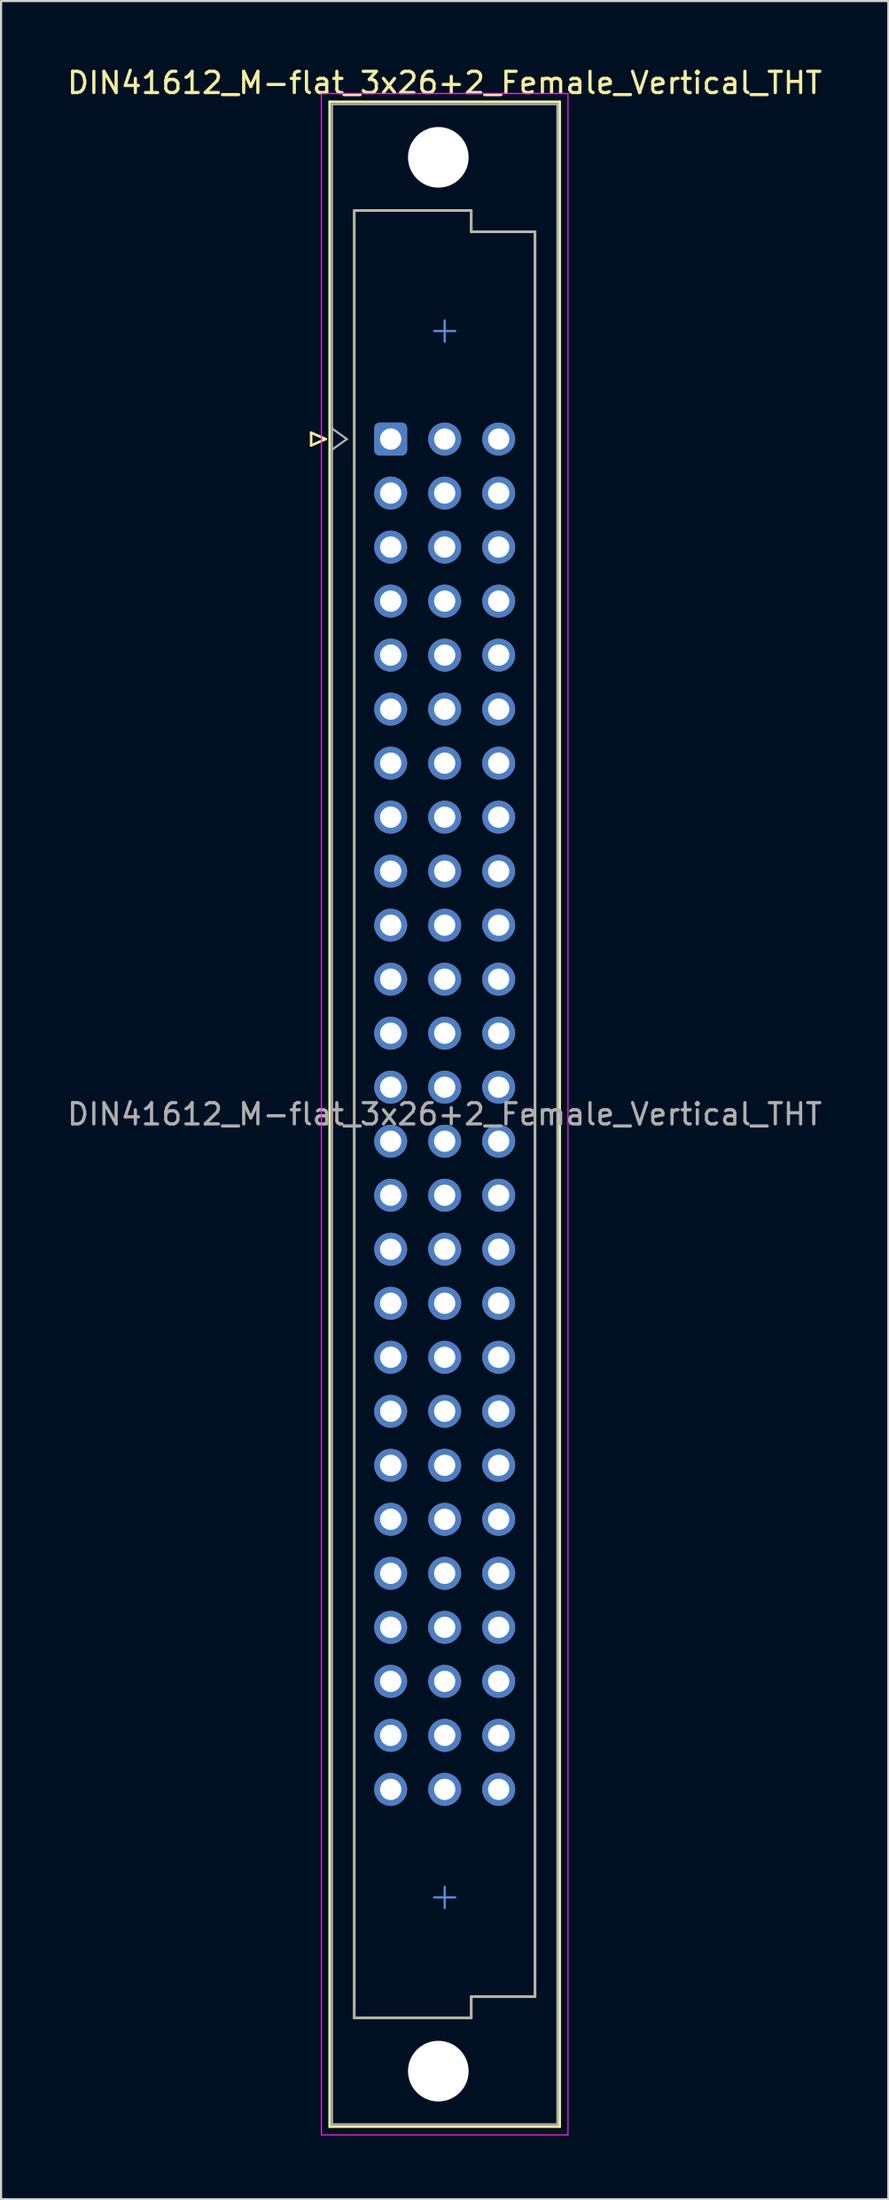
<source format=kicad_pcb>
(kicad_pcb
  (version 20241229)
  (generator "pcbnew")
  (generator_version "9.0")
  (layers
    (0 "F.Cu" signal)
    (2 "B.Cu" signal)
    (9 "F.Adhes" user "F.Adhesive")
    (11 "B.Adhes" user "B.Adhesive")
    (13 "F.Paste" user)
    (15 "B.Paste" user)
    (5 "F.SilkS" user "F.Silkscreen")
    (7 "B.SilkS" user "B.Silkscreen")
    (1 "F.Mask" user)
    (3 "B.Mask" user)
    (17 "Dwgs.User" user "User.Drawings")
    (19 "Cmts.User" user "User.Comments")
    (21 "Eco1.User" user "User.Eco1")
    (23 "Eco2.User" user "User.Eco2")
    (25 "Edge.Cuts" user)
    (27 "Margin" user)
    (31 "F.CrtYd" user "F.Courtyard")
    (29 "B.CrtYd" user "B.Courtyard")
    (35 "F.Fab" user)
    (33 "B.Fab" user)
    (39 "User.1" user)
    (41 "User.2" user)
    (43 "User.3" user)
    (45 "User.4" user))
  (footprint "DIN41612_M-flat_3x26+2_Female_Vertical_THT"
    (layer "F.Cu")
    (at 15.323 9.978)
    (property "Reference" "DIN41612_M-flat_3x26+2_Female_Vertical_THT" (at 2.54 -9.13 0) (layer "F.SilkS") (effects (font (size 1 1) (thickness 0.15))))
    (attr through_hole)
    (fp_line (start -3.74 7.32) (end -3.74 7.92) (stroke (width 0.12) (type solid)) (layer "F.SilkS"))
    (fp_line (start -3.74 7.92) (end -3.06 7.62) (stroke (width 0.12) (type solid)) (layer "F.SilkS"))
    (fp_line (start -3.06 7.62) (end -3.74 7.32) (stroke (width 0.12) (type solid)) (layer "F.SilkS"))
    (fp_line (start -2.87 -8.24) (end 7.95 -8.24) (stroke (width 0.12) (type solid)) (layer "F.SilkS"))
    (fp_line (start -2.87 86.98) (end -2.87 -8.24) (stroke (width 0.12) (type solid)) (layer "F.SilkS"))
    (fp_line (start -1.71 -3.13) (end 3.79 -3.13) (stroke (width 0.12) (type solid)) (layer "F.SilkS"))
    (fp_line (start -1.71 81.87) (end -1.71 -3.13) (stroke (width 0.12) (type solid)) (layer "F.SilkS"))
    (fp_line (start 3.79 -3.13) (end 3.79 -2.13) (stroke (width 0.12) (type solid)) (layer "F.SilkS"))
    (fp_line (start 3.79 -2.13) (end 6.79 -2.13) (stroke (width 0.12) (type solid)) (layer "F.SilkS"))
    (fp_line (start 3.79 80.87) (end 3.79 81.87) (stroke (width 0.12) (type solid)) (layer "F.SilkS"))
    (fp_line (start 3.79 81.87) (end -1.71 81.87) (stroke (width 0.12) (type solid)) (layer "F.SilkS"))
    (fp_line (start 6.79 -2.13) (end 6.79 80.87) (stroke (width 0.12) (type solid)) (layer "F.SilkS"))
    (fp_line (start 6.79 80.87) (end 3.79 80.87) (stroke (width 0.12) (type solid)) (layer "F.SilkS"))
    (fp_line (start 7.95 -8.24) (end 7.95 86.98) (stroke (width 0.12) (type solid)) (layer "F.SilkS"))
    (fp_line (start 7.95 86.98) (end -2.87 86.98) (stroke (width 0.12) (type solid)) (layer "F.SilkS"))
    (fp_line (start 2.54 3.04) (end 2.54 2.04) (stroke (width 0.1) (type solid)) (layer "Cmts.User"))
    (fp_line (start 2.54 76.7) (end 2.54 75.7) (stroke (width 0.1) (type solid)) (layer "Cmts.User"))
    (fp_line (start 3.04 2.54) (end 2.04 2.54) (stroke (width 0.1) (type solid)) (layer "Cmts.User"))
    (fp_line (start 3.04 76.2) (end 2.04 76.2) (stroke (width 0.1) (type solid)) (layer "Cmts.User"))
    (fp_line (start -3.26 -8.63) (end 8.34 -8.63) (stroke (width 0.05) (type solid)) (layer "F.CrtYd"))
    (fp_line (start -3.26 87.37) (end -3.26 -8.63) (stroke (width 0.05) (type solid)) (layer "F.CrtYd"))
    (fp_line (start 8.34 -8.63) (end 8.34 87.37) (stroke (width 0.05) (type solid)) (layer "F.CrtYd"))
    (fp_line (start 8.34 87.37) (end -3.26 87.37) (stroke (width 0.05) (type solid)) (layer "F.CrtYd"))
    (fp_line (start -2.76 -8.13) (end 7.84 -8.13) (stroke (width 0.1) (type solid)) (layer "F.Fab"))
    (fp_line (start -2.76 7.12) (end -2.06 7.62) (stroke (width 0.1) (type solid)) (layer "F.Fab"))
    (fp_line (start -2.76 86.87) (end -2.76 -8.13) (stroke (width 0.1) (type solid)) (layer "F.Fab"))
    (fp_line (start -2.06 7.62) (end -2.76 8.12) (stroke (width 0.1) (type solid)) (layer "F.Fab"))
    (fp_line (start -1.71 -3.13) (end 3.79 -3.13) (stroke (width 0.1) (type solid)) (layer "F.Fab"))
    (fp_line (start -1.71 81.87) (end -1.71 -3.13) (stroke (width 0.1) (type solid)) (layer "F.Fab"))
    (fp_line (start 3.79 -3.13) (end 3.79 -2.13) (stroke (width 0.1) (type solid)) (layer "F.Fab"))
    (fp_line (start 3.79 -2.13) (end 6.79 -2.13) (stroke (width 0.1) (type solid)) (layer "F.Fab"))
    (fp_line (start 3.79 80.87) (end 3.79 81.87) (stroke (width 0.1) (type solid)) (layer "F.Fab"))
    (fp_line (start 3.79 81.87) (end -1.71 81.87) (stroke (width 0.1) (type solid)) (layer "F.Fab"))
    (fp_line (start 6.79 -2.13) (end 6.79 80.87) (stroke (width 0.1) (type solid)) (layer "F.Fab"))
    (fp_line (start 6.79 80.87) (end 3.79 80.87) (stroke (width 0.1) (type solid)) (layer "F.Fab"))
    (fp_line (start 7.84 -8.13) (end 7.84 86.87) (stroke (width 0.1) (type solid)) (layer "F.Fab"))
    (fp_line (start 7.84 86.87) (end -2.76 86.87) (stroke (width 0.1) (type solid)) (layer "F.Fab"))
    (fp_text user "${REFERENCE}" (at 2.54 39.37 0) (layer "F.Fab") (effects (font (size 1 1) (thickness 0.15))))
    (pad "" np_thru_hole circle (at 2.24 -5.63) (size 2.85 2.85) (drill 2.85) (layers "*.Cu" "*.Mask"))
    (pad "" np_thru_hole circle (at 2.24 84.37) (size 2.85 2.85) (drill 2.85) (layers "*.Cu" "*.Mask"))
    (pad "a4" thru_hole roundrect (at 0 7.62) (size 1.55 1.55) (drill 1) (layers "*.Cu" "*.Mask") (roundrect_rratio 0.161))
    (pad "a5" thru_hole circle (at 0 10.16) (size 1.55 1.55) (drill 1) (layers "*.Cu" "*.Mask"))
    (pad "a6" thru_hole circle (at 0 12.7) (size 1.55 1.55) (drill 1) (layers "*.Cu" "*.Mask"))
    (pad "a7" thru_hole circle (at 0 15.24) (size 1.55 1.55) (drill 1) (layers "*.Cu" "*.Mask"))
    (pad "a8" thru_hole circle (at 0 17.78) (size 1.55 1.55) (drill 1) (layers "*.Cu" "*.Mask"))
    (pad "a9" thru_hole circle (at 0 20.32) (size 1.55 1.55) (drill 1) (layers "*.Cu" "*.Mask"))
    (pad "a10" thru_hole circle (at 0 22.86) (size 1.55 1.55) (drill 1) (layers "*.Cu" "*.Mask"))
    (pad "a11" thru_hole circle (at 0 25.4) (size 1.55 1.55) (drill 1) (layers "*.Cu" "*.Mask"))
    (pad "a12" thru_hole circle (at 0 27.94) (size 1.55 1.55) (drill 1) (layers "*.Cu" "*.Mask"))
    (pad "a13" thru_hole circle (at 0 30.48) (size 1.55 1.55) (drill 1) (layers "*.Cu" "*.Mask"))
    (pad "a14" thru_hole circle (at 0 33.02) (size 1.55 1.55) (drill 1) (layers "*.Cu" "*.Mask"))
    (pad "a15" thru_hole circle (at 0 35.56) (size 1.55 1.55) (drill 1) (layers "*.Cu" "*.Mask"))
    (pad "a16" thru_hole circle (at 0 38.1) (size 1.55 1.55) (drill 1) (layers "*.Cu" "*.Mask"))
    (pad "a17" thru_hole circle (at 0 40.64) (size 1.55 1.55) (drill 1) (layers "*.Cu" "*.Mask"))
    (pad "a18" thru_hole circle (at 0 43.18) (size 1.55 1.55) (drill 1) (layers "*.Cu" "*.Mask"))
    (pad "a19" thru_hole circle (at 0 45.72) (size 1.55 1.55) (drill 1) (layers "*.Cu" "*.Mask"))
    (pad "a20" thru_hole circle (at 0 48.26) (size 1.55 1.55) (drill 1) (layers "*.Cu" "*.Mask"))
    (pad "a21" thru_hole circle (at 0 50.8) (size 1.55 1.55) (drill 1) (layers "*.Cu" "*.Mask"))
    (pad "a22" thru_hole circle (at 0 53.34) (size 1.55 1.55) (drill 1) (layers "*.Cu" "*.Mask"))
    (pad "a23" thru_hole circle (at 0 55.88) (size 1.55 1.55) (drill 1) (layers "*.Cu" "*.Mask"))
    (pad "a24" thru_hole circle (at 0 58.42) (size 1.55 1.55) (drill 1) (layers "*.Cu" "*.Mask"))
    (pad "a25" thru_hole circle (at 0 60.96) (size 1.55 1.55) (drill 1) (layers "*.Cu" "*.Mask"))
    (pad "a26" thru_hole circle (at 0 63.5) (size 1.55 1.55) (drill 1) (layers "*.Cu" "*.Mask"))
    (pad "a27" thru_hole circle (at 0 66.04) (size 1.55 1.55) (drill 1) (layers "*.Cu" "*.Mask"))
    (pad "a28" thru_hole circle (at 0 68.58) (size 1.55 1.55) (drill 1) (layers "*.Cu" "*.Mask"))
    (pad "a29" thru_hole circle (at 0 71.12) (size 1.55 1.55) (drill 1) (layers "*.Cu" "*.Mask"))
    (pad "b4" thru_hole circle (at 2.54 7.62) (size 1.55 1.55) (drill 1) (layers "*.Cu" "*.Mask"))
    (pad "b5" thru_hole circle (at 2.54 10.16) (size 1.55 1.55) (drill 1) (layers "*.Cu" "*.Mask"))
    (pad "b6" thru_hole circle (at 2.54 12.7) (size 1.55 1.55) (drill 1) (layers "*.Cu" "*.Mask"))
    (pad "b7" thru_hole circle (at 2.54 15.24) (size 1.55 1.55) (drill 1) (layers "*.Cu" "*.Mask"))
    (pad "b8" thru_hole circle (at 2.54 17.78) (size 1.55 1.55) (drill 1) (layers "*.Cu" "*.Mask"))
    (pad "b9" thru_hole circle (at 2.54 20.32) (size 1.55 1.55) (drill 1) (layers "*.Cu" "*.Mask"))
    (pad "b10" thru_hole circle (at 2.54 22.86) (size 1.55 1.55) (drill 1) (layers "*.Cu" "*.Mask"))
    (pad "b11" thru_hole circle (at 2.54 25.4) (size 1.55 1.55) (drill 1) (layers "*.Cu" "*.Mask"))
    (pad "b12" thru_hole circle (at 2.54 27.94) (size 1.55 1.55) (drill 1) (layers "*.Cu" "*.Mask"))
    (pad "b13" thru_hole circle (at 2.54 30.48) (size 1.55 1.55) (drill 1) (layers "*.Cu" "*.Mask"))
    (pad "b14" thru_hole circle (at 2.54 33.02) (size 1.55 1.55) (drill 1) (layers "*.Cu" "*.Mask"))
    (pad "b15" thru_hole circle (at 2.54 35.56) (size 1.55 1.55) (drill 1) (layers "*.Cu" "*.Mask"))
    (pad "b16" thru_hole circle (at 2.54 38.1) (size 1.55 1.55) (drill 1) (layers "*.Cu" "*.Mask"))
    (pad "b17" thru_hole circle (at 2.54 40.64) (size 1.55 1.55) (drill 1) (layers "*.Cu" "*.Mask"))
    (pad "b18" thru_hole circle (at 2.54 43.18) (size 1.55 1.55) (drill 1) (layers "*.Cu" "*.Mask"))
    (pad "b19" thru_hole circle (at 2.54 45.72) (size 1.55 1.55) (drill 1) (layers "*.Cu" "*.Mask"))
    (pad "b20" thru_hole circle (at 2.54 48.26) (size 1.55 1.55) (drill 1) (layers "*.Cu" "*.Mask"))
    (pad "b21" thru_hole circle (at 2.54 50.8) (size 1.55 1.55) (drill 1) (layers "*.Cu" "*.Mask"))
    (pad "b22" thru_hole circle (at 2.54 53.34) (size 1.55 1.55) (drill 1) (layers "*.Cu" "*.Mask"))
    (pad "b23" thru_hole circle (at 2.54 55.88) (size 1.55 1.55) (drill 1) (layers "*.Cu" "*.Mask"))
    (pad "b24" thru_hole circle (at 2.54 58.42) (size 1.55 1.55) (drill 1) (layers "*.Cu" "*.Mask"))
    (pad "b25" thru_hole circle (at 2.54 60.96) (size 1.55 1.55) (drill 1) (layers "*.Cu" "*.Mask"))
    (pad "b26" thru_hole circle (at 2.54 63.5) (size 1.55 1.55) (drill 1) (layers "*.Cu" "*.Mask"))
    (pad "b27" thru_hole circle (at 2.54 66.04) (size 1.55 1.55) (drill 1) (layers "*.Cu" "*.Mask"))
    (pad "b28" thru_hole circle (at 2.54 68.58) (size 1.55 1.55) (drill 1) (layers "*.Cu" "*.Mask"))
    (pad "b29" thru_hole circle (at 2.54 71.12) (size 1.55 1.55) (drill 1) (layers "*.Cu" "*.Mask"))
    (pad "c4" thru_hole circle (at 5.08 7.62) (size 1.55 1.55) (drill 1) (layers "*.Cu" "*.Mask"))
    (pad "c5" thru_hole circle (at 5.08 10.16) (size 1.55 1.55) (drill 1) (layers "*.Cu" "*.Mask"))
    (pad "c6" thru_hole circle (at 5.08 12.7) (size 1.55 1.55) (drill 1) (layers "*.Cu" "*.Mask"))
    (pad "c7" thru_hole circle (at 5.08 15.24) (size 1.55 1.55) (drill 1) (layers "*.Cu" "*.Mask"))
    (pad "c8" thru_hole circle (at 5.08 17.78) (size 1.55 1.55) (drill 1) (layers "*.Cu" "*.Mask"))
    (pad "c9" thru_hole circle (at 5.08 20.32) (size 1.55 1.55) (drill 1) (layers "*.Cu" "*.Mask"))
    (pad "c10" thru_hole circle (at 5.08 22.86) (size 1.55 1.55) (drill 1) (layers "*.Cu" "*.Mask"))
    (pad "c11" thru_hole circle (at 5.08 25.4) (size 1.55 1.55) (drill 1) (layers "*.Cu" "*.Mask"))
    (pad "c12" thru_hole circle (at 5.08 27.94) (size 1.55 1.55) (drill 1) (layers "*.Cu" "*.Mask"))
    (pad "c13" thru_hole circle (at 5.08 30.48) (size 1.55 1.55) (drill 1) (layers "*.Cu" "*.Mask"))
    (pad "c14" thru_hole circle (at 5.08 33.02) (size 1.55 1.55) (drill 1) (layers "*.Cu" "*.Mask"))
    (pad "c15" thru_hole circle (at 5.08 35.56) (size 1.55 1.55) (drill 1) (layers "*.Cu" "*.Mask"))
    (pad "c16" thru_hole circle (at 5.08 38.1) (size 1.55 1.55) (drill 1) (layers "*.Cu" "*.Mask"))
    (pad "c17" thru_hole circle (at 5.08 40.64) (size 1.55 1.55) (drill 1) (layers "*.Cu" "*.Mask"))
    (pad "c18" thru_hole circle (at 5.08 43.18) (size 1.55 1.55) (drill 1) (layers "*.Cu" "*.Mask"))
    (pad "c19" thru_hole circle (at 5.08 45.72) (size 1.55 1.55) (drill 1) (layers "*.Cu" "*.Mask"))
    (pad "c20" thru_hole circle (at 5.08 48.26) (size 1.55 1.55) (drill 1) (layers "*.Cu" "*.Mask"))
    (pad "c21" thru_hole circle (at 5.08 50.8) (size 1.55 1.55) (drill 1) (layers "*.Cu" "*.Mask"))
    (pad "c22" thru_hole circle (at 5.08 53.34) (size 1.55 1.55) (drill 1) (layers "*.Cu" "*.Mask"))
    (pad "c23" thru_hole circle (at 5.08 55.88) (size 1.55 1.55) (drill 1) (layers "*.Cu" "*.Mask"))
    (pad "c24" thru_hole circle (at 5.08 58.42) (size 1.55 1.55) (drill 1) (layers "*.Cu" "*.Mask"))
    (pad "c25" thru_hole circle (at 5.08 60.96) (size 1.55 1.55) (drill 1) (layers "*.Cu" "*.Mask"))
    (pad "c26" thru_hole circle (at 5.08 63.5) (size 1.55 1.55) (drill 1) (layers "*.Cu" "*.Mask"))
    (pad "c27" thru_hole circle (at 5.08 66.04) (size 1.55 1.55) (drill 1) (layers "*.Cu" "*.Mask"))
    (pad "c28" thru_hole circle (at 5.08 68.58) (size 1.55 1.55) (drill 1) (layers "*.Cu" "*.Mask"))
    (pad "c29" thru_hole circle (at 5.08 71.12) (size 1.55 1.55) (drill 1) (layers "*.Cu" "*.Mask")))
  (gr_rect
    (start -3 -3)
    (end 38.726 100.373)
    (stroke (width 0.1) (type default))
    (fill no)
    (layer "Edge.Cuts")))
</source>
